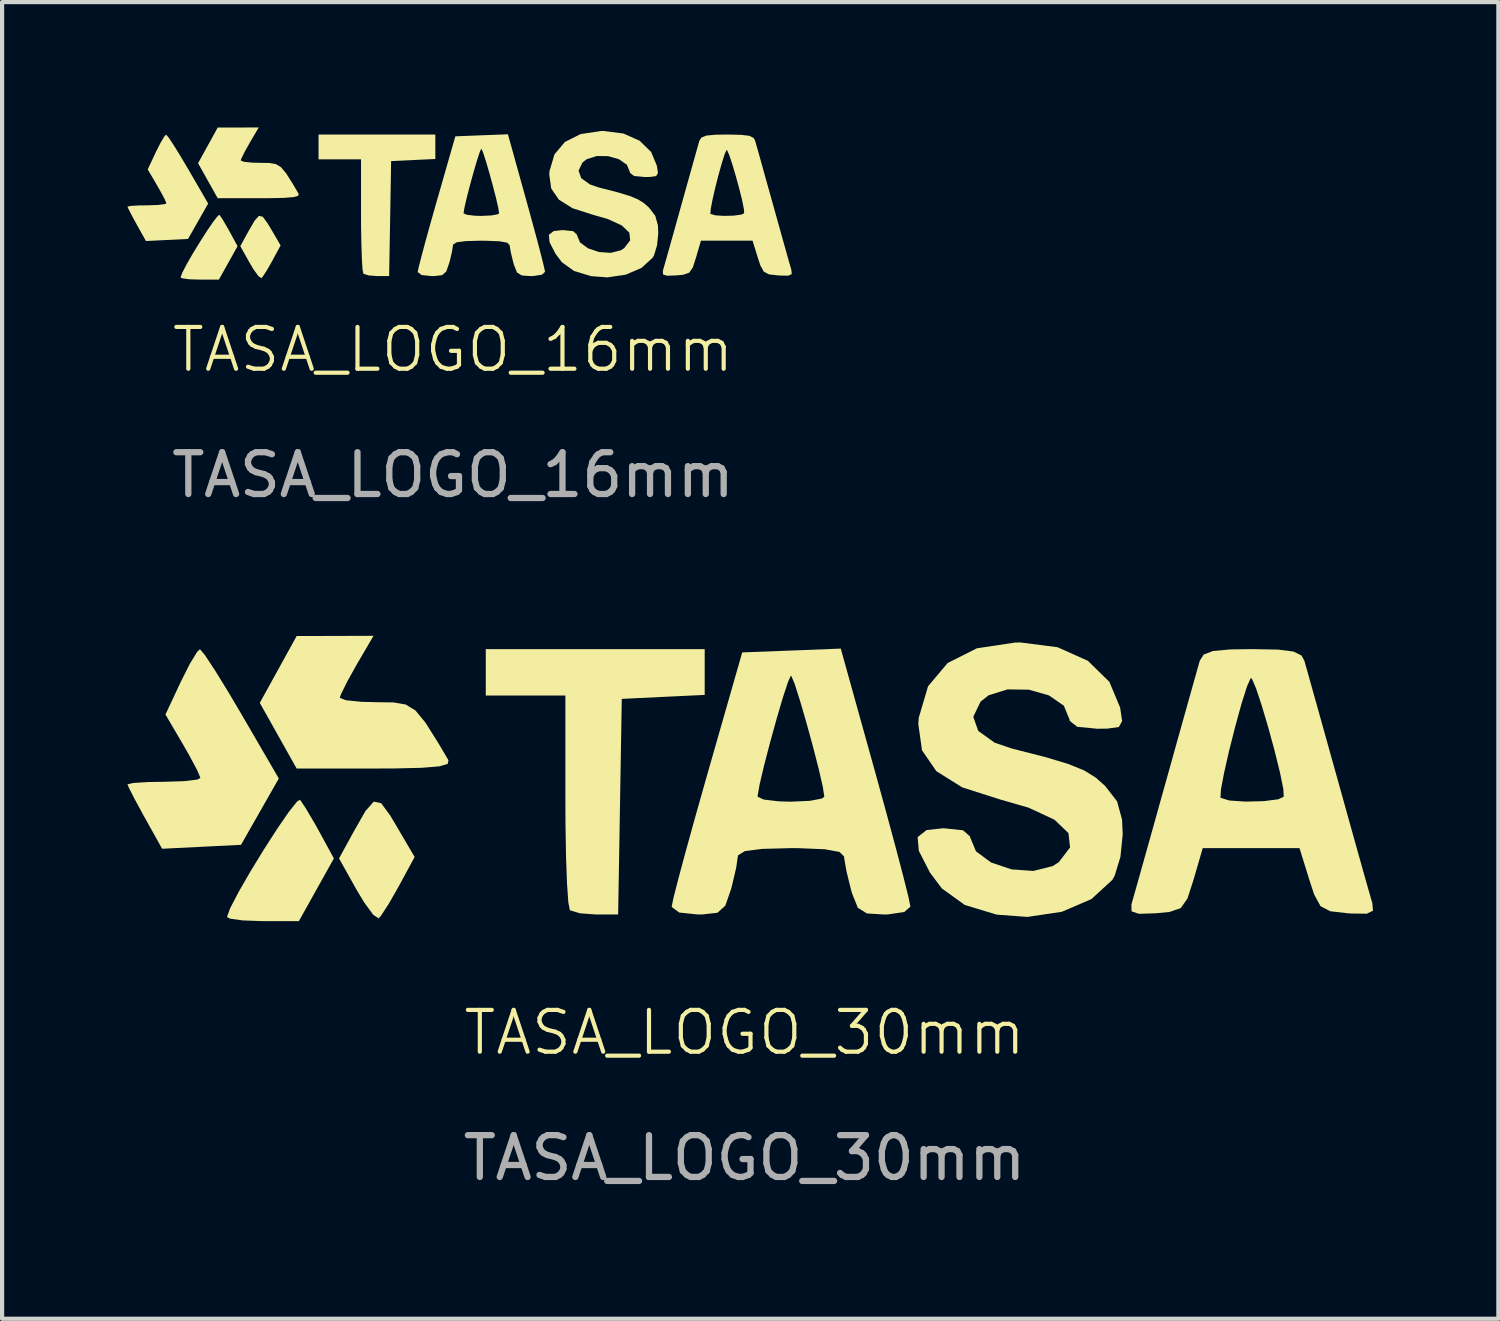
<source format=kicad_pcb>
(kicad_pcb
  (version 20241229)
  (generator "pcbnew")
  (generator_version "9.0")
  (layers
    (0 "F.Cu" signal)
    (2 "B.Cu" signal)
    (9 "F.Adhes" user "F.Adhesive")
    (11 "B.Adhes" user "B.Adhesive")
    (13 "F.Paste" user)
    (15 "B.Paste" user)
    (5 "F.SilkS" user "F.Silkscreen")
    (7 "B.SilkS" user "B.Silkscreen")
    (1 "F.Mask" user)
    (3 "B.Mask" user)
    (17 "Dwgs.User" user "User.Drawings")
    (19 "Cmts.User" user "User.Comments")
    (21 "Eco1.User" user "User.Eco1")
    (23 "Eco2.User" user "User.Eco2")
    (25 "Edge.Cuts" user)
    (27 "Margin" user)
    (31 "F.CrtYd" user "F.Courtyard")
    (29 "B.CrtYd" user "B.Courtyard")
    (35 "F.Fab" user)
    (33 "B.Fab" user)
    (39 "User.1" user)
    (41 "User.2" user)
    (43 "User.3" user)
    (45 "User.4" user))
  (footprint "TASA_LOGO_16mm"
    (layer "F.Cu")
    (at 7.789 1.815)
    (property "Reference" "TASA_LOGO_16mm" (at 0 3.5 0) (unlocked yes) (layer "F.SilkS") (effects (font (size 1 1) (thickness 0.1))))
    (fp_poly (pts (xy -4.552 0.321) (xy -4.437 0.477) (xy -4.359 0.606) (xy -4.125 1.007) (xy -4.327 1.381) (xy -4.454 1.603) (xy -4.553 1.755) (xy -4.585 1.79) (xy -4.653 1.744) (xy -4.77 1.585) (xy -4.865 1.426) (xy -5.089 1.025) (xy -4.903 0.684) (xy -4.751 0.42) (xy -4.645 0.3)) (stroke (width 0) (type solid)) (fill yes) (layer "F.SilkS"))
    (fp_poly (pts (xy -5.512 0.387) (xy -5.395 0.587) (xy -5.341 0.684) (xy -5.155 1.025) (xy -5.378 1.425) (xy -5.602 1.825) (xy -6.06 1.825) (xy -6.313 1.817) (xy -6.48 1.794) (xy -6.519 1.773) (xy -6.478 1.66) (xy -6.372 1.456) (xy -6.221 1.194) (xy -6.049 0.913) (xy -5.877 0.645) (xy -5.728 0.428) (xy -5.623 0.297) (xy -5.587 0.276)) (stroke (width 0) (type solid)) (fill yes) (layer "F.SilkS"))
    (fp_poly (pts (xy -0.423 -1.354) (xy -0.423 -1.061) (xy -0.952 -1.036) (xy -1.481 -1.011) (xy -1.504 0.365) (xy -1.528 1.741) (xy -1.808 1.741) (xy -2.016 1.725) (xy -2.141 1.687) (xy -2.144 1.684) (xy -2.164 1.585) (xy -2.18 1.345) (xy -2.192 0.997) (xy -2.2 0.57) (xy -2.201 0.287) (xy -2.201 -1.053) (xy -2.709 -1.053) (xy -3.217 -1.053) (xy -3.217 -1.349) (xy -3.217 -1.646) (xy -1.82 -1.646) (xy -0.423 -1.646)) (stroke (width 0) (type solid)) (fill yes) (layer "F.SilkS"))
    (fp_poly (pts (xy -4.864 -1.448) (xy -4.988 -1.226) (xy -5.066 -1.067) (xy -5.08 -1.025) (xy -5.003 -0.994) (xy -4.805 -0.973) (xy -4.615 -0.969) (xy -4.395 -0.966) (xy -4.239 -0.939) (xy -4.115 -0.864) (xy -3.989 -0.712) (xy -3.83 -0.459) (xy -3.693 -0.228) (xy -3.702 -0.181) (xy -3.809 -0.15) (xy -4.034 -0.131) (xy -4.397 -0.123) (xy -4.63 -0.122) (xy -5.63 -0.122) (xy -5.865 -0.541) (xy -6.1 -0.96) (xy -5.865 -1.386) (xy -5.63 -1.813) (xy -5.139 -1.814) (xy -4.649 -1.815)) (stroke (width 0) (type solid)) (fill yes) (layer "F.SilkS"))
    (fp_poly (pts (xy -6.805 -1.575) (xy -6.68 -1.388) (xy -6.51 -1.112) (xy -6.337 -0.819) (xy -5.858 0.005) (xy -6.099 0.428) (xy -6.34 0.852) (xy -6.843 0.877) (xy -7.347 0.902) (xy -7.568 0.506) (xy -7.691 0.28) (xy -7.771 0.123) (xy -7.789 0.079) (xy -7.712 0.062) (xy -7.515 0.05) (xy -7.323 0.048) (xy -7.068 0.04) (xy -6.899 0.019) (xy -6.858 -0.001) (xy -6.897 -0.096) (xy -6.998 -0.285) (xy -7.081 -0.43) (xy -7.304 -0.811) (xy -7.109 -1.229) (xy -6.992 -1.459) (xy -6.9 -1.61) (xy -6.864 -1.644)) (stroke (width 0) (type solid)) (fill yes) (layer "F.SilkS"))
    (fp_poly (pts (xy 4.08 -1.67) (xy 4.466 -1.497) (xy 4.741 -1.228) (xy 4.878 -0.899) (xy 4.904 -0.729) (xy 4.862 -0.652) (xy 4.712 -0.631) (xy 4.583 -0.63) (xy 4.331 -0.654) (xy 4.235 -0.73) (xy 4.234 -0.744) (xy 4.16 -0.924) (xy 3.97 -1.055) (xy 3.714 -1.128) (xy 3.441 -1.132) (xy 3.2 -1.057) (xy 3.097 -0.976) (xy 3.004 -0.782) (xy 3.068 -0.601) (xy 3.277 -0.452) (xy 3.494 -0.378) (xy 3.92 -0.269) (xy 4.217 -0.18) (xy 4.421 -0.097) (xy 4.569 -0.004) (xy 4.688 0.101) (xy 4.839 0.297) (xy 4.903 0.529) (xy 4.911 0.718) (xy 4.882 1.006) (xy 4.809 1.246) (xy 4.779 1.299) (xy 4.512 1.544) (xy 4.135 1.706) (xy 3.694 1.772) (xy 3.302 1.742) (xy 2.896 1.619) (xy 2.604 1.409) (xy 2.452 1.206) (xy 2.31 0.929) (xy 2.294 0.754) (xy 2.409 0.663) (xy 2.625 0.64) (xy 2.873 0.666) (xy 2.963 0.746) (xy 2.964 0.754) (xy 3.039 0.936) (xy 3.232 1.077) (xy 3.493 1.165) (xy 3.771 1.185) (xy 4.018 1.123) (xy 4.096 1.072) (xy 4.239 0.885) (xy 4.219 0.702) (xy 4.041 0.531) (xy 3.71 0.378) (xy 3.345 0.273) (xy 2.862 0.118) (xy 2.533 -0.088) (xy 2.35 -0.354) (xy 2.303 -0.69) (xy 2.309 -0.772) (xy 2.428 -1.172) (xy 2.677 -1.468) (xy 3.05 -1.656) (xy 3.538 -1.73) (xy 3.604 -1.73)) (stroke (width 0) (type solid)) (fill yes) (layer "F.SilkS"))
    (fp_poly (pts (xy 1.758 -0.056) (xy 1.895 0.442) (xy 2.015 0.887) (xy 2.111 1.252) (xy 2.175 1.511) (xy 2.202 1.636) (xy 2.202 1.64) (xy 2.124 1.709) (xy 1.916 1.74) (xy 1.867 1.741) (xy 1.647 1.727) (xy 1.532 1.655) (xy 1.46 1.477) (xy 1.444 1.423) (xy 1.387 1.19) (xy 1.357 1.02) (xy 1.356 1) (xy 1.297 0.942) (xy 1.11 0.908) (xy 0.777 0.895) (xy 0.678 0.894) (xy 0.308 0.903) (xy 0.089 0.932) (xy 0.003 0.985) (xy 0 1) (xy -0.022 1.146) (xy -0.075 1.373) (xy -0.089 1.423) (xy -0.16 1.629) (xy -0.261 1.719) (xy -0.455 1.741) (xy -0.512 1.741) (xy -0.749 1.716) (xy -0.843 1.646) (xy -0.844 1.635) (xy -0.82 1.524) (xy -0.757 1.277) (xy -0.662 0.922) (xy -0.541 0.485) (xy -0.471 0.238) (xy 0.252 0.238) (xy 0.33 0.274) (xy 0.526 0.297) (xy 0.678 0.301) (xy 0.92 0.29) (xy 1.074 0.261) (xy 1.103 0.238) (xy 1.084 0.113) (xy 1.032 -0.116) (xy 0.957 -0.407) (xy 0.873 -0.715) (xy 0.791 -0.996) (xy 0.723 -1.207) (xy 0.681 -1.305) (xy 0.678 -1.307) (xy 0.642 -1.232) (xy 0.577 -1.036) (xy 0.497 -0.764) (xy 0.412 -0.457) (xy 0.335 -0.161) (xy 0.278 0.082) (xy 0.253 0.227) (xy 0.252 0.238) (xy -0.471 0.238) (xy -0.402 -0.006) (xy -0.393 -0.037) (xy 0.056 -1.603) (xy 0.685 -1.628) (xy 1.314 -1.652)) (stroke (width 0) (type solid)) (fill yes) (layer "F.SilkS"))
    (fp_poly (pts (xy 6.893 -1.639) (xy 7.091 -1.615) (xy 7.192 -1.564) (xy 7.229 -1.498) (xy 7.265 -1.37) (xy 7.339 -1.109) (xy 7.44 -0.745) (xy 7.562 -0.309) (xy 7.662 0.048) (xy 7.793 0.518) (xy 7.911 0.94) (xy 8.007 1.282) (xy 8.073 1.514) (xy 8.097 1.598) (xy 8.105 1.692) (xy 8.026 1.731) (xy 7.823 1.728) (xy 7.78 1.725) (xy 7.56 1.7) (xy 7.436 1.635) (xy 7.354 1.486) (xy 7.292 1.296) (xy 7.167 0.894) (xy 6.55 0.894) (xy 5.932 0.894) (xy 5.815 1.296) (xy 5.737 1.537) (xy 5.652 1.659) (xy 5.509 1.709) (xy 5.34 1.725) (xy 5.117 1.732) (xy 5.024 1.7) (xy 5.022 1.613) (xy 5.026 1.598) (xy 5.063 1.468) (xy 5.137 1.206) (xy 5.24 0.841) (xy 5.362 0.404) (xy 5.405 0.25) (xy 6.159 0.25) (xy 6.16 0.253) (xy 6.274 0.287) (xy 6.479 0.3) (xy 6.709 0.295) (xy 6.894 0.271) (xy 6.966 0.238) (xy 6.96 0.137) (xy 6.918 -0.072) (xy 6.85 -0.347) (xy 6.768 -0.647) (xy 6.685 -0.928) (xy 6.611 -1.15) (xy 6.559 -1.268) (xy 6.545 -1.276) (xy 6.498 -1.172) (xy 6.429 -0.953) (xy 6.349 -0.667) (xy 6.271 -0.359) (xy 6.206 -0.073) (xy 6.165 0.146) (xy 6.159 0.25) (xy 5.405 0.25) (xy 5.461 0.048) (xy 5.593 -0.423) (xy 5.711 -0.844) (xy 5.806 -1.184) (xy 5.871 -1.415) (xy 5.895 -1.498) (xy 5.945 -1.576) (xy 6.061 -1.621) (xy 6.28 -1.642) (xy 6.562 -1.646)) (stroke (width 0) (type solid)) (fill yes) (layer "F.SilkS"))
    (fp_text user "${REFERENCE}" (at 0 6.5 0) (unlocked yes) (layer "F.Fab") (effects (font (size 1 1) (thickness 0.15)))))
  (footprint "TASA_LOGO_30mm"
    (layer "F.Cu")
    (at 14.764 15.656)
    (property "Reference" "TASA_LOGO_30mm" (at 0 6 0) (unlocked yes) (layer "F.SilkS") (effects (font (size 1 1) (thickness 0.1))))
    (fp_poly (pts (xy -8.694 0.512) (xy -8.478 0.805) (xy -8.334 1.048) (xy -7.893 1.799) (xy -8.273 2.5) (xy -8.511 2.917) (xy -8.697 3.202) (xy -8.757 3.268) (xy -8.885 3.18) (xy -9.103 2.882) (xy -9.282 2.584) (xy -9.702 1.833) (xy -9.352 1.194) (xy -9.069 0.698) (xy -8.87 0.474)) (stroke (width 0) (type solid)) (fill yes) (layer "F.SilkS"))
    (fp_poly (pts (xy -10.496 0.637) (xy -10.275 1.012) (xy -10.174 1.194) (xy -9.825 1.833) (xy -10.244 2.583) (xy -10.663 3.334) (xy -11.523 3.334) (xy -11.997 3.317) (xy -12.309 3.275) (xy -12.383 3.235) (xy -12.307 3.024) (xy -12.107 2.64) (xy -11.825 2.151) (xy -11.502 1.622) (xy -11.179 1.121) (xy -10.899 0.714) (xy -10.702 0.468) (xy -10.635 0.429)) (stroke (width 0) (type solid)) (fill yes) (layer "F.SilkS"))
    (fp_poly (pts (xy -0.953 -2.627) (xy -0.953 -2.079) (xy -1.945 -2.032) (xy -2.937 -1.984) (xy -2.98 0.595) (xy -3.024 3.175) (xy -3.549 3.175) (xy -3.94 3.146) (xy -4.174 3.075) (xy -4.18 3.069) (xy -4.216 2.882) (xy -4.247 2.434) (xy -4.271 1.781) (xy -4.284 0.98) (xy -4.286 0.45) (xy -4.286 -2.064) (xy -5.239 -2.064) (xy -6.191 -2.064) (xy -6.191 -2.619) (xy -6.191 -3.175) (xy -3.572 -3.175) (xy -0.953 -3.175)) (stroke (width 0) (type solid)) (fill yes) (layer "F.SilkS"))
    (fp_poly (pts (xy -9.28 -2.804) (xy -9.512 -2.388) (xy -9.658 -2.09) (xy -9.684 -2.01) (xy -9.54 -1.952) (xy -9.17 -1.914) (xy -8.813 -1.905) (xy -8.401 -1.899) (xy -8.109 -1.85) (xy -7.875 -1.708) (xy -7.64 -1.424) (xy -7.34 -0.95) (xy -7.084 -0.516) (xy -7.101 -0.429) (xy -7.301 -0.37) (xy -7.722 -0.335) (xy -8.404 -0.319) (xy -8.841 -0.318) (xy -10.716 -0.318) (xy -11.157 -1.103) (xy -11.598 -1.889) (xy -11.157 -2.688) (xy -10.716 -3.488) (xy -9.796 -3.49) (xy -8.877 -3.493)) (stroke (width 0) (type solid)) (fill yes) (layer "F.SilkS"))
    (fp_poly (pts (xy -12.919 -3.042) (xy -12.686 -2.691) (xy -12.367 -2.175) (xy -12.041 -1.624) (xy -11.143 -0.079) (xy -11.595 0.714) (xy -12.047 1.508) (xy -12.991 1.555) (xy -13.935 1.602) (xy -14.349 0.86) (xy -14.58 0.437) (xy -14.731 0.141) (xy -14.764 0.059) (xy -14.62 0.027) (xy -14.25 0.005) (xy -13.891 0) (xy -13.412 -0.015) (xy -13.095 -0.053) (xy -13.018 -0.091) (xy -13.091 -0.268) (xy -13.281 -0.624) (xy -13.436 -0.896) (xy -13.855 -1.61) (xy -13.488 -2.393) (xy -13.271 -2.824) (xy -13.098 -3.107) (xy -13.03 -3.172)) (stroke (width 0) (type solid)) (fill yes) (layer "F.SilkS"))
    (fp_poly (pts (xy 7.49 -3.22) (xy 8.214 -2.896) (xy 8.73 -2.391) (xy 8.987 -1.776) (xy 9.035 -1.455) (xy 8.957 -1.311) (xy 8.675 -1.272) (xy 8.434 -1.27) (xy 7.961 -1.316) (xy 7.781 -1.457) (xy 7.779 -1.484) (xy 7.64 -1.821) (xy 7.284 -2.067) (xy 6.804 -2.204) (xy 6.292 -2.211) (xy 5.841 -2.071) (xy 5.648 -1.918) (xy 5.473 -1.555) (xy 5.593 -1.216) (xy 5.985 -0.936) (xy 6.392 -0.797) (xy 7.191 -0.593) (xy 7.748 -0.426) (xy 8.131 -0.27) (xy 8.408 -0.097) (xy 8.63 0.101) (xy 8.914 0.468) (xy 9.033 0.904) (xy 9.049 1.256) (xy 8.994 1.797) (xy 8.857 2.247) (xy 8.801 2.347) (xy 8.3 2.806) (xy 7.594 3.11) (xy 6.767 3.233) (xy 6.032 3.178) (xy 5.27 2.947) (xy 4.723 2.553) (xy 4.437 2.173) (xy 4.171 1.653) (xy 4.141 1.324) (xy 4.357 1.154) (xy 4.763 1.111) (xy 5.228 1.16) (xy 5.397 1.309) (xy 5.397 1.325) (xy 5.539 1.665) (xy 5.9 1.931) (xy 6.389 2.095) (xy 6.911 2.133) (xy 7.373 2.017) (xy 7.521 1.922) (xy 7.789 1.57) (xy 7.751 1.228) (xy 7.416 0.907) (xy 6.796 0.619) (xy 6.112 0.422) (xy 5.206 0.132) (xy 4.59 -0.254) (xy 4.247 -0.753) (xy 4.158 -1.383) (xy 4.17 -1.537) (xy 4.392 -2.287) (xy 4.86 -2.842) (xy 5.559 -3.194) (xy 6.475 -3.332) (xy 6.599 -3.334)) (stroke (width 0) (type solid)) (fill yes) (layer "F.SilkS"))
    (fp_poly (pts (xy 3.136 -0.195) (xy 3.393 0.739) (xy 3.618 1.574) (xy 3.798 2.258) (xy 3.919 2.743) (xy 3.968 2.978) (xy 3.969 2.986) (xy 3.823 3.115) (xy 3.433 3.173) (xy 3.341 3.175) (xy 2.928 3.15) (xy 2.712 3.015) (xy 2.577 2.681) (xy 2.548 2.58) (xy 2.44 2.143) (xy 2.384 1.824) (xy 2.382 1.786) (xy 2.272 1.678) (xy 1.922 1.614) (xy 1.297 1.588) (xy 1.111 1.587) (xy 0.419 1.605) (xy 0.008 1.659) (xy -0.154 1.757) (xy -0.16 1.786) (xy -0.2 2.06) (xy -0.3 2.485) (xy -0.326 2.58) (xy -0.46 2.965) (xy -0.649 3.134) (xy -1.012 3.174) (xy -1.119 3.175) (xy -1.563 3.128) (xy -1.74 2.996) (xy -1.741 2.977) (xy -1.698 2.768) (xy -1.579 2.305) (xy -1.4 1.639) (xy -1.173 0.82) (xy -1.042 0.357) (xy 0.313 0.357) (xy 0.459 0.425) (xy 0.826 0.468) (xy 1.111 0.476) (xy 1.565 0.455) (xy 1.854 0.4) (xy 1.909 0.357) (xy 1.874 0.123) (xy 1.775 -0.307) (xy 1.635 -0.852) (xy 1.477 -1.429) (xy 1.323 -1.956) (xy 1.196 -2.353) (xy 1.118 -2.536) (xy 1.111 -2.54) (xy 1.044 -2.399) (xy 0.923 -2.032) (xy 0.772 -1.521) (xy 0.613 -0.946) (xy 0.468 -0.391) (xy 0.361 0.064) (xy 0.314 0.336) (xy 0.313 0.357) (xy -1.042 0.357) (xy -0.913 -0.1) (xy -0.896 -0.159) (xy -0.055 -3.096) (xy 1.124 -3.141) (xy 2.303 -3.187)) (stroke (width 0) (type solid)) (fill yes) (layer "F.SilkS"))
    (fp_poly (pts (xy 12.764 -3.163) (xy 13.135 -3.117) (xy 13.326 -3.022) (xy 13.395 -2.897) (xy 13.463 -2.657) (xy 13.6 -2.168) (xy 13.791 -1.487) (xy 14.019 -0.669) (xy 14.206 0) (xy 14.452 0.883) (xy 14.673 1.674) (xy 14.853 2.315) (xy 14.977 2.75) (xy 15.022 2.907) (xy 15.037 3.084) (xy 14.89 3.156) (xy 14.509 3.151) (xy 14.427 3.145) (xy 14.016 3.098) (xy 13.782 2.976) (xy 13.629 2.696) (xy 13.513 2.342) (xy 13.279 1.587) (xy 12.121 1.587) (xy 10.963 1.587) (xy 10.744 2.342) (xy 10.598 2.792) (xy 10.438 3.022) (xy 10.169 3.114) (xy 9.853 3.145) (xy 9.435 3.159) (xy 9.26 3.099) (xy 9.257 2.936) (xy 9.265 2.907) (xy 9.334 2.664) (xy 9.473 2.171) (xy 9.665 1.487) (xy 9.894 0.668) (xy 9.974 0.38) (xy 11.388 0.38) (xy 11.391 0.384) (xy 11.604 0.448) (xy 11.989 0.474) (xy 12.419 0.463) (xy 12.767 0.419) (xy 12.902 0.357) (xy 12.891 0.169) (xy 12.811 -0.224) (xy 12.684 -0.74) (xy 12.531 -1.302) (xy 12.374 -1.83) (xy 12.236 -2.244) (xy 12.139 -2.467) (xy 12.113 -2.482) (xy 12.024 -2.286) (xy 11.894 -1.877) (xy 11.746 -1.34) (xy 11.599 -0.761) (xy 11.477 -0.225) (xy 11.399 0.184) (xy 11.388 0.38) (xy 9.974 0.38) (xy 10.081 0) (xy 10.327 -0.882) (xy 10.548 -1.671) (xy 10.727 -2.31) (xy 10.849 -2.742) (xy 10.893 -2.897) (xy 10.987 -3.044) (xy 11.205 -3.129) (xy 11.616 -3.167) (xy 12.144 -3.175)) (stroke (width 0) (type solid)) (fill yes) (layer "F.SilkS"))
    (fp_text user "${REFERENCE}" (at 0 9 0) (unlocked yes) (layer "F.Fab") (effects (font (size 1 1) (thickness 0.15)))))
  (gr_rect
    (start -3 -3)
    (end 32.801 28.504)
    (stroke (width 0.1) (type default))
    (fill no)
    (layer "Edge.Cuts")))
</source>
